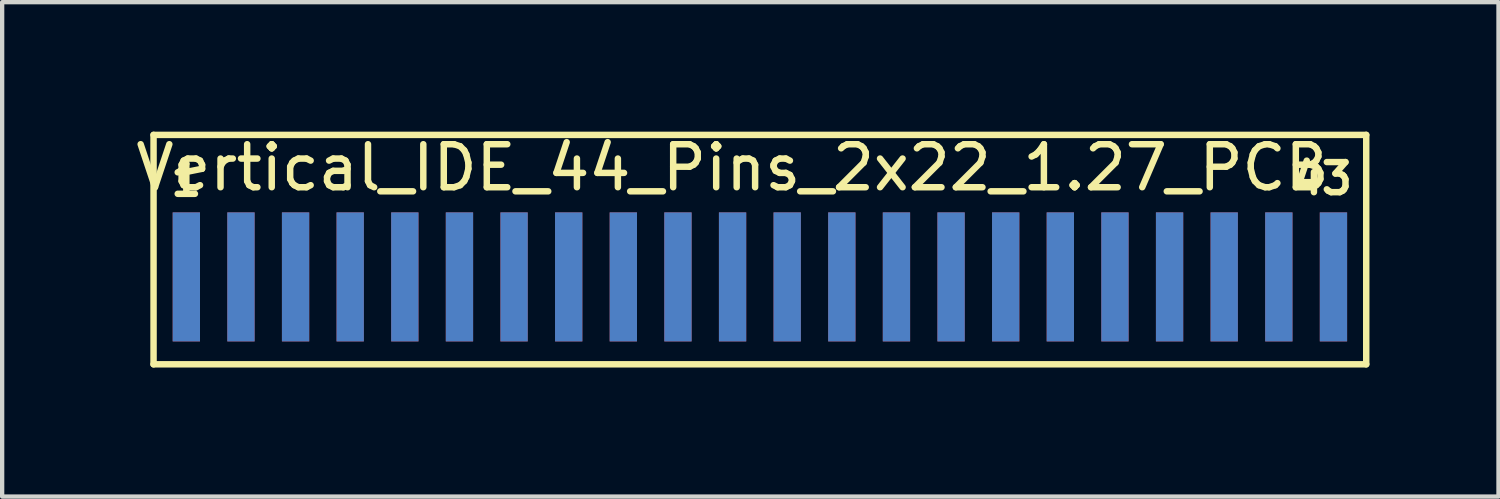
<source format=kicad_pcb>
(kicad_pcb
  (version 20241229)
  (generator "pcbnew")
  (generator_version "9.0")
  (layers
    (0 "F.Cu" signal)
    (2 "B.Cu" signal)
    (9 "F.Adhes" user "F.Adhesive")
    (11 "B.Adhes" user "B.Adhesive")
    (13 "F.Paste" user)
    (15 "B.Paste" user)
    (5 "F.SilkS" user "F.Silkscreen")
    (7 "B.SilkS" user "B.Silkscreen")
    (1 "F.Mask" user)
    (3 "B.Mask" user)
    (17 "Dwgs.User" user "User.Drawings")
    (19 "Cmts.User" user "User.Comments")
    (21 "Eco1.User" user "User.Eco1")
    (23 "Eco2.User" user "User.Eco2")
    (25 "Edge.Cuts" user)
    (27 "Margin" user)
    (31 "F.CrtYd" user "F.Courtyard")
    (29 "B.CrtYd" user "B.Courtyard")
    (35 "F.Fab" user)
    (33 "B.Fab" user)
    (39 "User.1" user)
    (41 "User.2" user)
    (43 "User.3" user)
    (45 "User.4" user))
  (footprint "Vertical_IDE_44_Pins_2x22_1.27_PCB"
    (layer "F.Cu")
    (at 13.982 2.118)
    (property "Reference" "Vertical_IDE_44_Pins_2x22_1.27_PCB" (at 0 -1.27 0) (layer "F.SilkS") (effects (font (size 1 1) (thickness 0.15))))
    (attr through_hole)
    (fp_line (start -13.462 -2.032) (end 14.732 -2.032) (stroke (width 0.15) (type solid)) (layer "F.SilkS"))
    (fp_line (start -13.462 3.302) (end -13.462 -2.032) (stroke (width 0.15) (type solid)) (layer "F.SilkS"))
    (fp_line (start 14.732 -2.032) (end 14.732 3.302) (stroke (width 0.15) (type solid)) (layer "F.SilkS"))
    (fp_line (start 14.732 3.302) (end -13.462 3.302) (stroke (width 0.15) (type solid)) (layer "F.SilkS"))
    (fp_text user "1" (at -12.7 -0.978 0) (layer "F.SilkS") (effects (font (size 0.7 0.7) (thickness 0.15))))
    (fp_text user "43" (at 13.716 -1.016 0) (layer "F.SilkS") (effects (font (size 0.7 0.7) (thickness 0.15))))
    (pad "1" connect rect (at -12.7 1.27) (size 0.635 3) (layers "F.Cu" "F.Mask"))
    (pad "2" connect rect (at -12.7 1.27) (size 0.635 3) (layers "B.Cu" "B.Mask"))
    (pad "3" connect rect (at -11.43 1.27) (size 0.635 3) (layers "F.Cu" "F.Mask"))
    (pad "4" connect rect (at -11.43 1.27) (size 0.635 3) (layers "B.Cu" "B.Mask"))
    (pad "5" connect rect (at -10.16 1.27) (size 0.635 3) (layers "F.Cu" "F.Mask"))
    (pad "6" connect rect (at -10.16 1.27) (size 0.635 3) (layers "B.Cu" "B.Mask"))
    (pad "7" connect rect (at -8.89 1.27) (size 0.635 3) (layers "F.Cu" "F.Mask"))
    (pad "8" connect rect (at -8.89 1.27) (size 0.635 3) (layers "B.Cu" "B.Mask"))
    (pad "9" connect rect (at -7.62 1.27) (size 0.635 3) (layers "F.Cu" "F.Mask"))
    (pad "10" connect rect (at -7.62 1.27) (size 0.635 3) (layers "B.Cu" "B.Mask"))
    (pad "11" connect rect (at -6.35 1.27) (size 0.635 3) (layers "F.Cu" "F.Mask"))
    (pad "12" connect rect (at -6.35 1.27) (size 0.635 3) (layers "B.Cu" "B.Mask"))
    (pad "13" connect rect (at -5.08 1.27) (size 0.635 3) (layers "F.Cu" "F.Mask"))
    (pad "14" connect rect (at -5.08 1.27) (size 0.635 3) (layers "B.Cu" "B.Mask"))
    (pad "15" connect rect (at -3.81 1.27) (size 0.635 3) (layers "F.Cu" "F.Mask"))
    (pad "16" connect rect (at -3.81 1.27) (size 0.635 3) (layers "B.Cu" "B.Mask"))
    (pad "17" connect rect (at -2.54 1.27) (size 0.635 3) (layers "F.Cu" "F.Mask"))
    (pad "18" connect rect (at -2.54 1.27) (size 0.635 3) (layers "B.Cu" "B.Mask"))
    (pad "19" connect rect (at -1.27 1.27) (size 0.635 3) (layers "F.Cu" "F.Mask"))
    (pad "20" connect rect (at -1.27 1.27) (size 0.635 3) (layers "B.Cu" "B.Mask"))
    (pad "21" connect rect (at 0 1.27) (size 0.635 3) (layers "F.Cu" "F.Mask"))
    (pad "22" connect rect (at 0 1.27) (size 0.635 3) (layers "B.Cu" "B.Mask"))
    (pad "23" connect rect (at 1.27 1.27) (size 0.635 3) (layers "F.Cu" "F.Mask"))
    (pad "24" connect rect (at 1.27 1.27) (size 0.635 3) (layers "B.Cu" "B.Mask"))
    (pad "25" connect rect (at 2.54 1.27) (size 0.635 3) (layers "F.Cu" "F.Mask"))
    (pad "26" connect rect (at 2.54 1.27) (size 0.635 3) (layers "B.Cu" "B.Mask"))
    (pad "27" connect rect (at 3.81 1.27) (size 0.635 3) (layers "F.Cu" "F.Mask"))
    (pad "28" connect rect (at 3.81 1.27) (size 0.635 3) (layers "B.Cu" "B.Mask"))
    (pad "29" connect rect (at 5.08 1.27) (size 0.635 3) (layers "F.Cu" "F.Mask"))
    (pad "30" connect rect (at 5.08 1.27) (size 0.635 3) (layers "B.Cu" "B.Mask"))
    (pad "31" connect rect (at 6.35 1.27) (size 0.635 3) (layers "F.Cu" "F.Mask"))
    (pad "32" connect rect (at 6.35 1.27) (size 0.635 3) (layers "B.Cu" "B.Mask"))
    (pad "33" connect rect (at 7.62 1.27) (size 0.635 3) (layers "F.Cu" "F.Mask"))
    (pad "34" connect rect (at 7.62 1.27) (size 0.635 3) (layers "B.Cu" "B.Mask"))
    (pad "35" connect rect (at 8.89 1.27) (size 0.635 3) (layers "F.Cu" "F.Mask"))
    (pad "36" connect rect (at 8.89 1.27) (size 0.635 3) (layers "B.Cu" "B.Mask"))
    (pad "37" connect rect (at 10.16 1.27) (size 0.635 3) (layers "F.Cu" "F.Mask"))
    (pad "38" connect rect (at 10.16 1.27) (size 0.635 3) (layers "B.Cu" "B.Mask"))
    (pad "39" connect rect (at 11.43 1.27) (size 0.635 3) (layers "F.Cu" "F.Mask"))
    (pad "40" connect rect (at 11.43 1.27) (size 0.635 3) (layers "B.Cu" "B.Mask"))
    (pad "41" connect rect (at 12.7 1.27) (size 0.635 3) (layers "F.Cu" "F.Mask"))
    (pad "42" connect rect (at 12.7 1.27) (size 0.635 3) (layers "B.Cu" "B.Mask"))
    (pad "43" connect rect (at 13.97 1.27) (size 0.635 3) (layers "F.Cu" "F.Mask"))
    (pad "44" connect rect (at 13.97 1.27) (size 0.635 3) (layers "B.Cu" "B.Mask")))
  (gr_rect
    (start -3 -3)
    (end 31.789 8.495)
    (stroke (width 0.1) (type default))
    (fill no)
    (layer "Edge.Cuts")))
</source>
